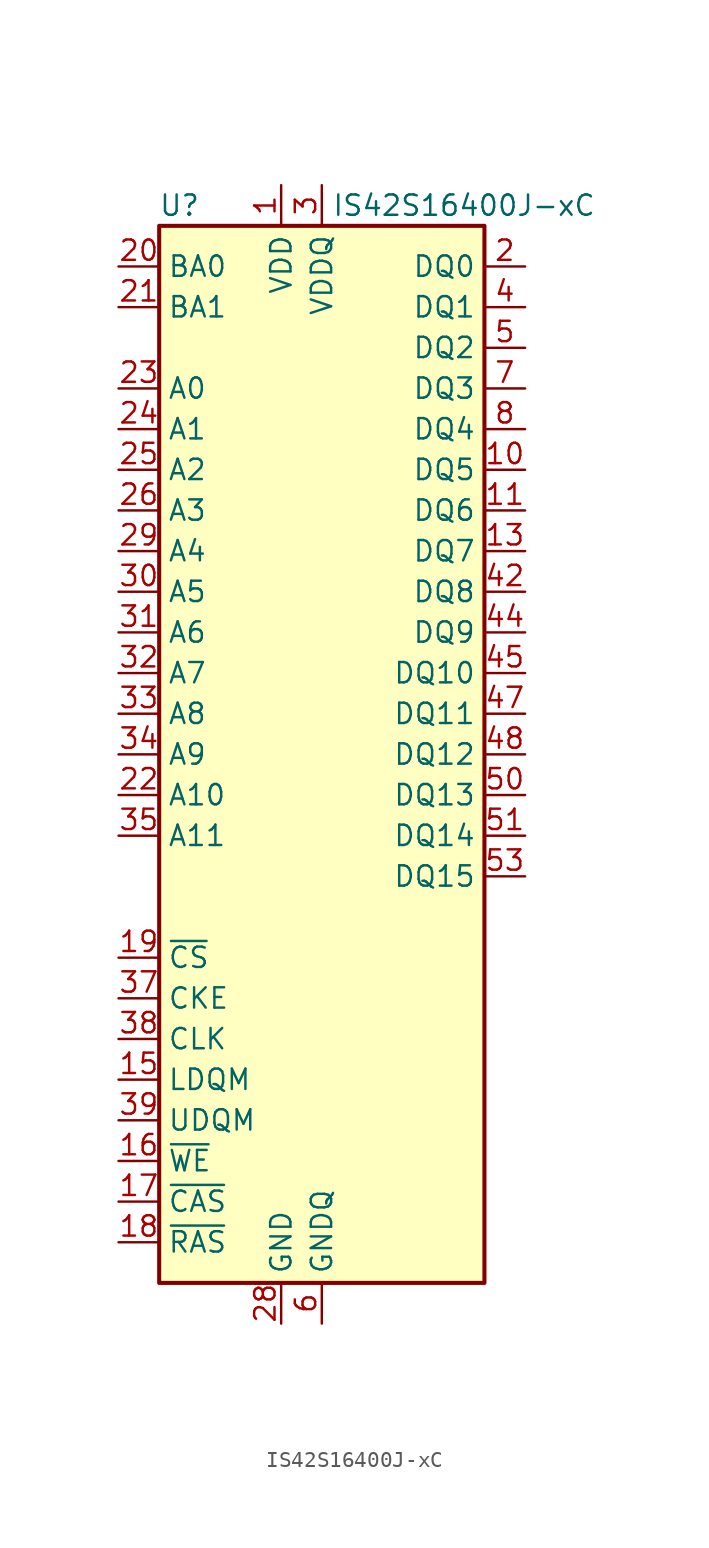
<source format=kicad_sym>
(kicad_symbol_lib
  (version 20201005)
  (generator kicad_symbol_editor)
  (symbol "IS42S16400J-xC"
    (property "Reference" "U"
      (at -8.89 34.29 0)
      (effects (font (size 1.27 1.27))))
    (property "Value" "IS42S16400J-xC"
      (at 8.89 34.29 0)
      (effects (font (size 1.27 1.27))))
    (symbol "IS42S16400J-xC_1_1"
      (rectangle (start -10.16 33.02) (end 10.16 -33.02) (stroke (width 0.254)) (fill (type background)))
      (pin power_in line (at -2.54 35.56 270) (length 2.54) (name "VDD" (effects (font (size 1.27 1.27)))) (number "1" (effects (font (size 1.27 1.27)))))
      (pin bidirectional line (at 12.7 17.78 180) (length 2.54) (name "DQ5" (effects (font (size 1.27 1.27)))) (number "10" (effects (font (size 1.27 1.27)))))
      (pin bidirectional line (at 12.7 15.24 180) (length 2.54) (name "DQ6" (effects (font (size 1.27 1.27)))) (number "11" (effects (font (size 1.27 1.27)))))
      (pin passive line (at 0 -35.56 90) (length 2.54) hide (name "GNDQ" (effects (font (size 1.27 1.27)))) (number "12" (effects (font (size 1.27 1.27)))))
      (pin bidirectional line (at 12.7 12.7 180) (length 2.54) (name "DQ7" (effects (font (size 1.27 1.27)))) (number "13" (effects (font (size 1.27 1.27)))))
      (pin passive line (at -2.54 35.56 270) (length 2.54) hide (name "VDD" (effects (font (size 1.27 1.27)))) (number "14" (effects (font (size 1.27 1.27)))))
      (pin input line (at -12.7 -20.32 0) (length 2.54) (name "LDQM" (effects (font (size 1.27 1.27)))) (number "15" (effects (font (size 1.27 1.27)))))
      (pin input line (at -12.7 -25.4 0) (length 2.54) (name "~WE" (effects (font (size 1.27 1.27)))) (number "16" (effects (font (size 1.27 1.27)))))
      (pin input line (at -12.7 -27.94 0) (length 2.54) (name "~CAS" (effects (font (size 1.27 1.27)))) (number "17" (effects (font (size 1.27 1.27)))))
      (pin input line (at -12.7 -30.48 0) (length 2.54) (name "~RAS" (effects (font (size 1.27 1.27)))) (number "18" (effects (font (size 1.27 1.27)))))
      (pin input line (at -12.7 -12.7 0) (length 2.54) (name "~CS" (effects (font (size 1.27 1.27)))) (number "19" (effects (font (size 1.27 1.27)))))
      (pin bidirectional line (at 12.7 30.48 180) (length 2.54) (name "DQ0" (effects (font (size 1.27 1.27)))) (number "2" (effects (font (size 1.27 1.27)))))
      (pin input line (at -12.7 30.48 0) (length 2.54) (name "BA0" (effects (font (size 1.27 1.27)))) (number "20" (effects (font (size 1.27 1.27)))))
      (pin input line (at -12.7 27.94 0) (length 2.54) (name "BA1" (effects (font (size 1.27 1.27)))) (number "21" (effects (font (size 1.27 1.27)))))
      (pin input line (at -12.7 -2.54 0) (length 2.54) (name "A10" (effects (font (size 1.27 1.27)))) (number "22" (effects (font (size 1.27 1.27)))))
      (pin input line (at -12.7 22.86 0) (length 2.54) (name "A0" (effects (font (size 1.27 1.27)))) (number "23" (effects (font (size 1.27 1.27)))))
      (pin input line (at -12.7 20.32 0) (length 2.54) (name "A1" (effects (font (size 1.27 1.27)))) (number "24" (effects (font (size 1.27 1.27)))))
      (pin input line (at -12.7 17.78 0) (length 2.54) (name "A2" (effects (font (size 1.27 1.27)))) (number "25" (effects (font (size 1.27 1.27)))))
      (pin input line (at -12.7 15.24 0) (length 2.54) (name "A3" (effects (font (size 1.27 1.27)))) (number "26" (effects (font (size 1.27 1.27)))))
      (pin passive line (at -2.54 35.56 270) (length 2.54) hide (name "VDD" (effects (font (size 1.27 1.27)))) (number "27" (effects (font (size 1.27 1.27)))))
      (pin power_in line (at -2.54 -35.56 90) (length 2.54) (name "GND" (effects (font (size 1.27 1.27)))) (number "28" (effects (font (size 1.27 1.27)))))
      (pin input line (at -12.7 12.7 0) (length 2.54) (name "A4" (effects (font (size 1.27 1.27)))) (number "29" (effects (font (size 1.27 1.27)))))
      (pin power_in line (at 0 35.56 270) (length 2.54) (name "VDDQ" (effects (font (size 1.27 1.27)))) (number "3" (effects (font (size 1.27 1.27)))))
      (pin input line (at -12.7 10.16 0) (length 2.54) (name "A5" (effects (font (size 1.27 1.27)))) (number "30" (effects (font (size 1.27 1.27)))))
      (pin input line (at -12.7 7.62 0) (length 2.54) (name "A6" (effects (font (size 1.27 1.27)))) (number "31" (effects (font (size 1.27 1.27)))))
      (pin input line (at -12.7 5.08 0) (length 2.54) (name "A7" (effects (font (size 1.27 1.27)))) (number "32" (effects (font (size 1.27 1.27)))))
      (pin input line (at -12.7 2.54 0) (length 2.54) (name "A8" (effects (font (size 1.27 1.27)))) (number "33" (effects (font (size 1.27 1.27)))))
      (pin input line (at -12.7 0 0) (length 2.54) (name "A9" (effects (font (size 1.27 1.27)))) (number "34" (effects (font (size 1.27 1.27)))))
      (pin input line (at -12.7 -5.08 0) (length 2.54) (name "A11" (effects (font (size 1.27 1.27)))) (number "35" (effects (font (size 1.27 1.27)))))
      (pin no_connect line (at 10.16 -17.78 180) (length 2.54) hide (name "NC" (effects (font (size 1.27 1.27)))) (number "36" (effects (font (size 1.27 1.27)))))
      (pin input line (at -12.7 -15.24 0) (length 2.54) (name "CKE" (effects (font (size 1.27 1.27)))) (number "37" (effects (font (size 1.27 1.27)))))
      (pin input line (at -12.7 -17.78 0) (length 2.54) (name "CLK" (effects (font (size 1.27 1.27)))) (number "38" (effects (font (size 1.27 1.27)))))
      (pin input line (at -12.7 -22.86 0) (length 2.54) (name "UDQM" (effects (font (size 1.27 1.27)))) (number "39" (effects (font (size 1.27 1.27)))))
      (pin bidirectional line (at 12.7 27.94 180) (length 2.54) (name "DQ1" (effects (font (size 1.27 1.27)))) (number "4" (effects (font (size 1.27 1.27)))))
      (pin no_connect line (at 10.16 -20.32 180) (length 2.54) hide (name "NC" (effects (font (size 1.27 1.27)))) (number "40" (effects (font (size 1.27 1.27)))))
      (pin passive line (at -2.54 -35.56 90) (length 2.54) hide (name "GND" (effects (font (size 1.27 1.27)))) (number "41" (effects (font (size 1.27 1.27)))))
      (pin bidirectional line (at 12.7 10.16 180) (length 2.54) (name "DQ8" (effects (font (size 1.27 1.27)))) (number "42" (effects (font (size 1.27 1.27)))))
      (pin passive line (at 0 35.56 270) (length 2.54) hide (name "VDDQ" (effects (font (size 1.27 1.27)))) (number "43" (effects (font (size 1.27 1.27)))))
      (pin bidirectional line (at 12.7 7.62 180) (length 2.54) (name "DQ9" (effects (font (size 1.27 1.27)))) (number "44" (effects (font (size 1.27 1.27)))))
      (pin bidirectional line (at 12.7 5.08 180) (length 2.54) (name "DQ10" (effects (font (size 1.27 1.27)))) (number "45" (effects (font (size 1.27 1.27)))))
      (pin passive line (at 0 -35.56 90) (length 2.54) hide (name "GNDQ" (effects (font (size 1.27 1.27)))) (number "46" (effects (font (size 1.27 1.27)))))
      (pin bidirectional line (at 12.7 2.54 180) (length 2.54) (name "DQ11" (effects (font (size 1.27 1.27)))) (number "47" (effects (font (size 1.27 1.27)))))
      (pin bidirectional line (at 12.7 0 180) (length 2.54) (name "DQ12" (effects (font (size 1.27 1.27)))) (number "48" (effects (font (size 1.27 1.27)))))
      (pin passive line (at 0 35.56 270) (length 2.54) hide (name "VDDQ" (effects (font (size 1.27 1.27)))) (number "49" (effects (font (size 1.27 1.27)))))
      (pin bidirectional line (at 12.7 25.4 180) (length 2.54) (name "DQ2" (effects (font (size 1.27 1.27)))) (number "5" (effects (font (size 1.27 1.27)))))
      (pin bidirectional line (at 12.7 -2.54 180) (length 2.54) (name "DQ13" (effects (font (size 1.27 1.27)))) (number "50" (effects (font (size 1.27 1.27)))))
      (pin bidirectional line (at 12.7 -5.08 180) (length 2.54) (name "DQ14" (effects (font (size 1.27 1.27)))) (number "51" (effects (font (size 1.27 1.27)))))
      (pin passive line (at 0 -35.56 90) (length 2.54) hide (name "GNDQ" (effects (font (size 1.27 1.27)))) (number "52" (effects (font (size 1.27 1.27)))))
      (pin bidirectional line (at 12.7 -7.62 180) (length 2.54) (name "DQ15" (effects (font (size 1.27 1.27)))) (number "53" (effects (font (size 1.27 1.27)))))
      (pin passive line (at -2.54 -35.56 90) (length 2.54) hide (name "GND" (effects (font (size 1.27 1.27)))) (number "54" (effects (font (size 1.27 1.27)))))
      (pin power_in line (at 0 -35.56 90) (length 2.54) (name "GNDQ" (effects (font (size 1.27 1.27)))) (number "6" (effects (font (size 1.27 1.27)))))
      (pin bidirectional line (at 12.7 22.86 180) (length 2.54) (name "DQ3" (effects (font (size 1.27 1.27)))) (number "7" (effects (font (size 1.27 1.27)))))
      (pin bidirectional line (at 12.7 20.32 180) (length 2.54) (name "DQ4" (effects (font (size 1.27 1.27)))) (number "8" (effects (font (size 1.27 1.27)))))
      (pin passive line (at 0 35.56 270) (length 2.54) hide (name "VDDQ" (effects (font (size 1.27 1.27)))) (number "9" (effects (font (size 1.27 1.27))))))))
</source>
